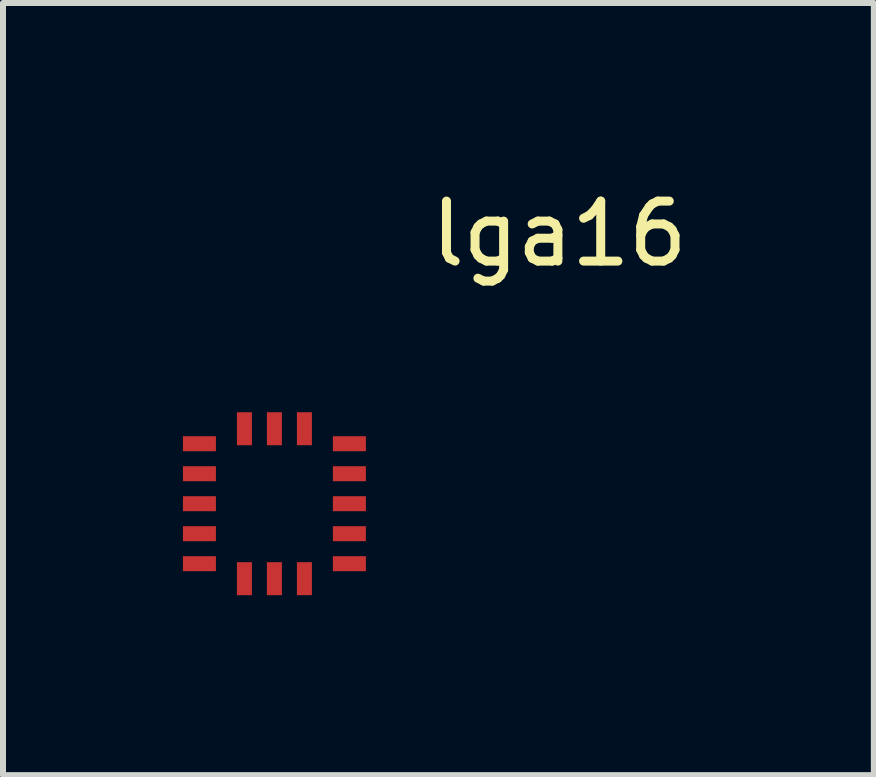
<source format=kicad_pcb>
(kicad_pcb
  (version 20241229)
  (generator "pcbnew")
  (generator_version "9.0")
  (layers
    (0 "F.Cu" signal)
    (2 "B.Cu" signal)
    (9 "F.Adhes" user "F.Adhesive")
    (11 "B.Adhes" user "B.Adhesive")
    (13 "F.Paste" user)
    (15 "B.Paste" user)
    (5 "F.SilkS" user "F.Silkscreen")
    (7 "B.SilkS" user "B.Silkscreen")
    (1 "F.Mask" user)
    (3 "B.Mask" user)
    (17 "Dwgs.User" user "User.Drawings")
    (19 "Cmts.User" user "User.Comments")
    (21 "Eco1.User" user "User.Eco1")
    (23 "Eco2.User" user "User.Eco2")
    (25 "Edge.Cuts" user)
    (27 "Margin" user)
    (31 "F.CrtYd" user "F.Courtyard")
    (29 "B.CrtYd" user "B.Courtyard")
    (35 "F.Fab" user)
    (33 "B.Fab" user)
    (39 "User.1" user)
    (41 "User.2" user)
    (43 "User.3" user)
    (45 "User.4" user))
  (footprint "lga16"
    (layer "F.Cu")
    (at 2.775 4.348)
    (property "Reference" "lga16" (at 3.5 -3.5 0) (layer "F.SilkS") (effects (font (size 1 1) (thickness 0.15))))
    (attr through_hole)
    (pad "1" smd rect (at 0 0) (size 0.55 0.25) (layers "F.Cu" "F.Mask" "F.Paste"))
    (pad "2" smd rect (at 0 0.5) (size 0.55 0.25) (layers "F.Cu" "F.Mask" "F.Paste"))
    (pad "3" smd rect (at 0 1) (size 0.55 0.25) (layers "F.Cu" "F.Mask" "F.Paste"))
    (pad "4" smd rect (at 0 1.5) (size 0.55 0.25) (layers "F.Cu" "F.Mask" "F.Paste"))
    (pad "5" smd rect (at 0 2) (size 0.55 0.25) (layers "F.Cu" "F.Mask" "F.Paste"))
    (pad "6" smd rect (at -0.75 2.25) (size 0.25 0.55) (layers "F.Cu" "F.Mask" "F.Paste"))
    (pad "7" smd rect (at -1.25 2.25) (size 0.25 0.55) (layers "F.Cu" "F.Mask" "F.Paste"))
    (pad "8" smd rect (at -1.75 2.25) (size 0.25 0.55) (layers "F.Cu" "F.Mask" "F.Paste"))
    (pad "9" smd rect (at -2.5 2) (size 0.55 0.25) (layers "F.Cu" "F.Mask" "F.Paste"))
    (pad "10" smd rect (at -2.5 1.5) (size 0.55 0.25) (layers "F.Cu" "F.Mask" "F.Paste"))
    (pad "11" smd rect (at -2.5 1) (size 0.55 0.25) (layers "F.Cu" "F.Mask" "F.Paste"))
    (pad "12" smd rect (at -2.5 0.5) (size 0.55 0.25) (layers "F.Cu" "F.Mask" "F.Paste"))
    (pad "13" smd rect (at -2.5 0) (size 0.55 0.25) (layers "F.Cu" "F.Mask" "F.Paste"))
    (pad "14" smd rect (at -1.75 -0.25) (size 0.25 0.55) (layers "F.Cu" "F.Mask" "F.Paste"))
    (pad "15" smd rect (at -1.25 -0.25) (size 0.25 0.55) (layers "F.Cu" "F.Mask" "F.Paste"))
    (pad "16" smd rect (at -0.75 -0.25) (size 0.25 0.55) (layers "F.Cu" "F.Mask" "F.Paste")))
  (gr_rect
    (start -3 -3)
    (end 11.519 9.873)
    (stroke (width 0.1) (type default))
    (fill no)
    (layer "Edge.Cuts")))
</source>
